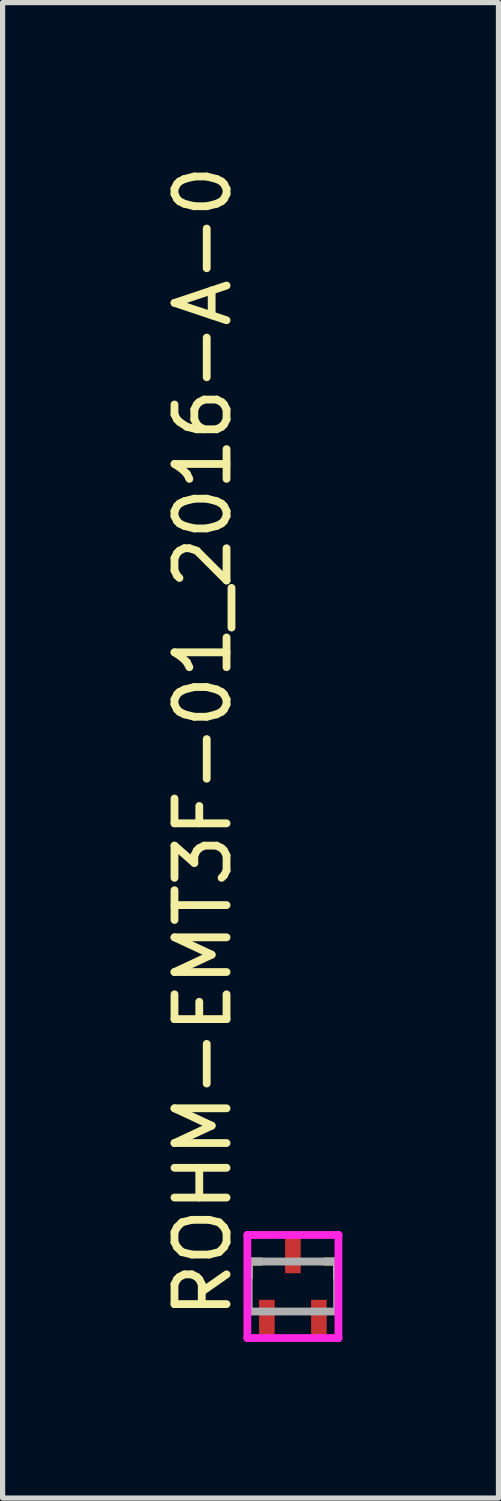
<source format=kicad_pcb>
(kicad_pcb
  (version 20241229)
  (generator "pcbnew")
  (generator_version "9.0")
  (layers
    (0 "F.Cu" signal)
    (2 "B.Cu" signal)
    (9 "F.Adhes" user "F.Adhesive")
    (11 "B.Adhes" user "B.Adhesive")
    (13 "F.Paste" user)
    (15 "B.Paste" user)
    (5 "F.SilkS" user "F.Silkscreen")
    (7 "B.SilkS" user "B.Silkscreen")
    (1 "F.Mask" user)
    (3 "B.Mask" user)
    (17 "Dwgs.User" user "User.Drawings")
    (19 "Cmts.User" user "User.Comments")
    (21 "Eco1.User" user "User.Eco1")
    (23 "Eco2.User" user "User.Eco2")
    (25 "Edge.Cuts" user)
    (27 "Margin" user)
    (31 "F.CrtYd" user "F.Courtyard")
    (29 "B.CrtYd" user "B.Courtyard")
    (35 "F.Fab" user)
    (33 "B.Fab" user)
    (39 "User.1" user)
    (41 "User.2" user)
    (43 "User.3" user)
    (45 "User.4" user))
  (footprint "ROHM-EMT3F-01_2016-A-0"
    (layer "F.Cu")
    (at 2.578 21.67)
    (property "Reference" "ROHM-EMT3F-01_2016-A-0" (at -1.73 0.675 270) (layer "F.SilkS") (effects (font (size 1 1) (thickness 0.15)) (justify left)))
    (attr through_hole)
    (fp_line (start -0.85 -0.48) (end -0.605 -0.48) (stroke (width 0.15) (type solid)) (layer "F.SilkS"))
    (fp_line (start -0.85 -0.175) (end -0.85 -0.48) (stroke (width 0.15) (type solid)) (layer "F.SilkS"))
    (fp_line (start 0.605 -0.48) (end 0.85 -0.48) (stroke (width 0.15) (type solid)) (layer "F.SilkS"))
    (fp_line (start 0.85 -0.175) (end 0.85 -0.48) (stroke (width 0.15) (type solid)) (layer "F.SilkS"))
    (fp_line (start -0.875 -0.99) (end -0.875 0.99) (stroke (width 0.15) (type solid)) (layer "F.CrtYd"))
    (fp_line (start -0.875 0.99) (end 0.875 0.99) (stroke (width 0.15) (type solid)) (layer "F.CrtYd"))
    (fp_line (start 0.875 -0.99) (end -0.875 -0.99) (stroke (width 0.15) (type solid)) (layer "F.CrtYd"))
    (fp_line (start 0.875 -0.99) (end 0.875 -0.99) (stroke (width 0.15) (type solid)) (layer "F.CrtYd"))
    (fp_line (start 0.875 0.99) (end 0.875 -0.99) (stroke (width 0.15) (type solid)) (layer "F.CrtYd"))
    (fp_line (start -0.85 -0.48) (end 0.85 -0.48) (stroke (width 0.15) (type solid)) (layer "F.Fab"))
    (fp_line (start -0.85 0.48) (end -0.85 -0.48) (stroke (width 0.15) (type solid)) (layer "F.Fab"))
    (fp_line (start 0.85 -0.48) (end 0.85 0.48) (stroke (width 0.15) (type solid)) (layer "F.Fab"))
    (fp_line (start 0.85 0.48) (end -0.85 0.48) (stroke (width 0.15) (type solid)) (layer "F.Fab"))
    (pad "1" smd rect (at -0.5 0.61) (size 0.3 0.71) (layers "F.Cu" "F.Mask" "F.Paste"))
    (pad "2" smd rect (at 0.5 0.61) (size 0.3 0.71) (layers "F.Cu" "F.Mask" "F.Paste"))
    (pad "3" smd rect (at 0 -0.61) (size 0.3 0.71) (layers "F.Cu" "F.Mask" "F.Paste")))
  (gr_rect
    (start -3 -3)
    (end 6.528 25.735)
    (stroke (width 0.1) (type default))
    (fill no)
    (layer "Edge.Cuts")))
</source>
